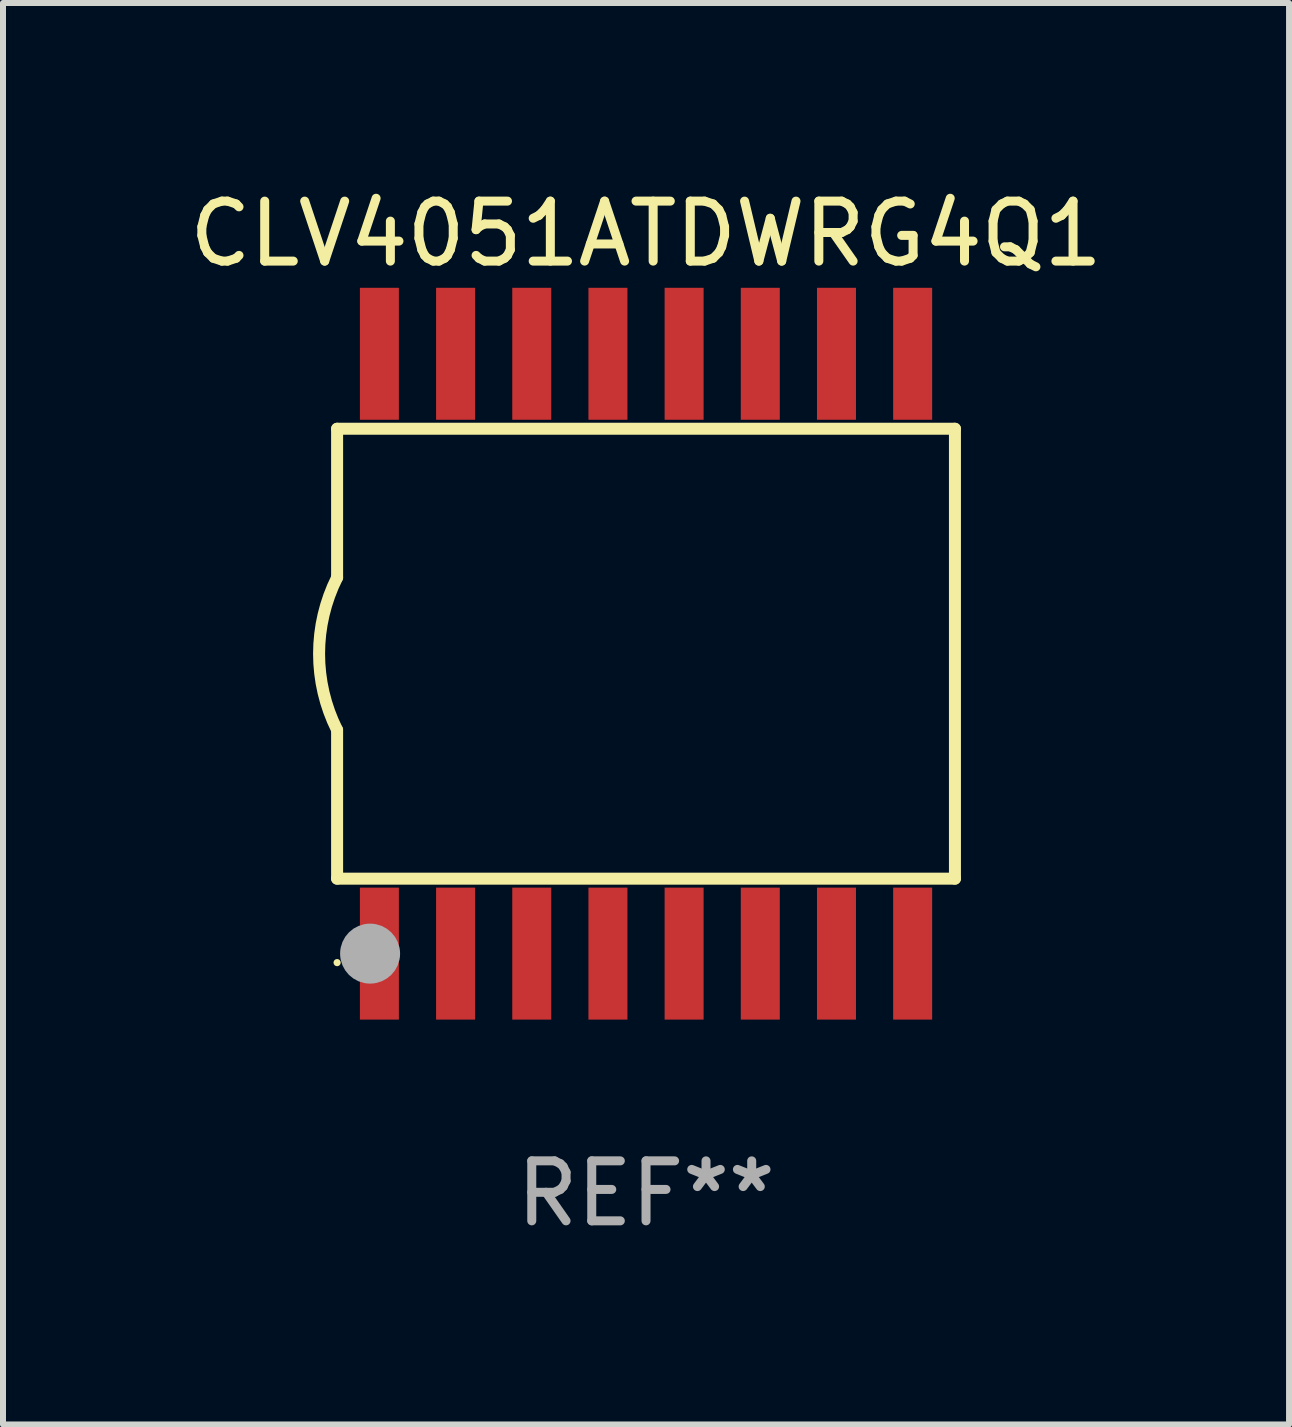
<source format=kicad_pcb>
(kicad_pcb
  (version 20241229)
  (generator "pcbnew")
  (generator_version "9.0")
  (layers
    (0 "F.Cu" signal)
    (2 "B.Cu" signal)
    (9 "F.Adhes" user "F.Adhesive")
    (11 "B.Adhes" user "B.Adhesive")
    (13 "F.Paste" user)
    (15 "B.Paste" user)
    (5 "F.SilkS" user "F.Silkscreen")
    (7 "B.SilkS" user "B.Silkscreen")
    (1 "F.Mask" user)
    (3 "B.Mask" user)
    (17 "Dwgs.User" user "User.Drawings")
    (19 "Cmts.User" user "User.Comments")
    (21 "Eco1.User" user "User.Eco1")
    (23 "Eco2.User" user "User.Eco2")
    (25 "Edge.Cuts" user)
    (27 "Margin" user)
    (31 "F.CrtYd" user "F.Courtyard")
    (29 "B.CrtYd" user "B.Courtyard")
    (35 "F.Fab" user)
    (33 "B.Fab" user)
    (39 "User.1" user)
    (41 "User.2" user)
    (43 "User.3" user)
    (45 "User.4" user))
  (footprint "CLV4051ATDWRG4Q1"
    (layer "F.Cu")
    (at 7.72 7.848)
    (property "Reference" "CLV4051ATDWRG4Q1" (at 0 -7 0) (layer "F.SilkS") (effects (font (size 1 1) (thickness 0.15))))
    (attr through_hole)
    (fp_line (start -5.15 -3.75) (end -5.15 -1.27) (stroke (width 0.2) (type solid)) (layer "F.SilkS"))
    (fp_line (start -5.15 -3.75) (end 5.15 -3.75) (stroke (width 0.2) (type solid)) (layer "F.SilkS"))
    (fp_line (start -5.15 3.75) (end -5.15 1.27) (stroke (width 0.2) (type solid)) (layer "F.SilkS"))
    (fp_line (start 5.15 -3.75) (end 5.15 3.75) (stroke (width 0.2) (type solid)) (layer "F.SilkS"))
    (fp_line (start 5.15 3.75) (end -5.15 3.75) (stroke (width 0.2) (type solid)) (layer "F.SilkS"))
    (fp_arc (start -5.151131 1.270003) (mid -5.450556 -0.000132) (end -5.150013 -1.270003) (stroke (width 0.2) (type solid)) (layer "F.SilkS"))
    (fp_circle (center -5.15 5.15) (end -5.12 5.15) (stroke (width 0.06) (type solid)) (fill no) (layer "F.SilkS"))
    (fp_circle (center -4.6 5) (end -4.35 5) (stroke (width 0.5) (type solid)) (fill no) (layer "F.Fab"))
    (fp_text user "REF**" (at 0 9 0) (layer "F.Fab") (effects (font (size 1 1) (thickness 0.15))))
    (pad "1" smd rect (at -4.445 5) (size 0.65 2.2) (layers "F.Cu" "F.Mask" "F.Paste"))
    (pad "2" smd rect (at -3.175 5) (size 0.65 2.2) (layers "F.Cu" "F.Mask" "F.Paste"))
    (pad "3" smd rect (at -1.905 5) (size 0.65 2.2) (layers "F.Cu" "F.Mask" "F.Paste"))
    (pad "4" smd rect (at -0.635 5) (size 0.65 2.2) (layers "F.Cu" "F.Mask" "F.Paste"))
    (pad "5" smd rect (at 0.635 5) (size 0.65 2.2) (layers "F.Cu" "F.Mask" "F.Paste"))
    (pad "6" smd rect (at 1.905 5) (size 0.65 2.2) (layers "F.Cu" "F.Mask" "F.Paste"))
    (pad "7" smd rect (at 3.175 5) (size 0.65 2.2) (layers "F.Cu" "F.Mask" "F.Paste"))
    (pad "8" smd rect (at 4.445 5) (size 0.65 2.2) (layers "F.Cu" "F.Mask" "F.Paste"))
    (pad "9" smd rect (at 4.445 -5) (size 0.65 2.2) (layers "F.Cu" "F.Mask" "F.Paste"))
    (pad "10" smd rect (at 3.175 -5) (size 0.65 2.2) (layers "F.Cu" "F.Mask" "F.Paste"))
    (pad "11" smd rect (at 1.905 -5) (size 0.65 2.2) (layers "F.Cu" "F.Mask" "F.Paste"))
    (pad "12" smd rect (at 0.635 -5) (size 0.65 2.2) (layers "F.Cu" "F.Mask" "F.Paste"))
    (pad "13" smd rect (at -0.635 -5) (size 0.65 2.2) (layers "F.Cu" "F.Mask" "F.Paste"))
    (pad "14" smd rect (at -1.905 -5) (size 0.65 2.2) (layers "F.Cu" "F.Mask" "F.Paste"))
    (pad "15" smd rect (at -3.175 -5) (size 0.65 2.2) (layers "F.Cu" "F.Mask" "F.Paste"))
    (pad "16" smd rect (at -4.445 -5) (size 0.65 2.2) (layers "F.Cu" "F.Mask" "F.Paste")))
  (gr_rect
    (start -3 -3)
    (end 18.44 20.697)
    (stroke (width 0.1) (type default))
    (fill no)
    (layer "Edge.Cuts")))
</source>
